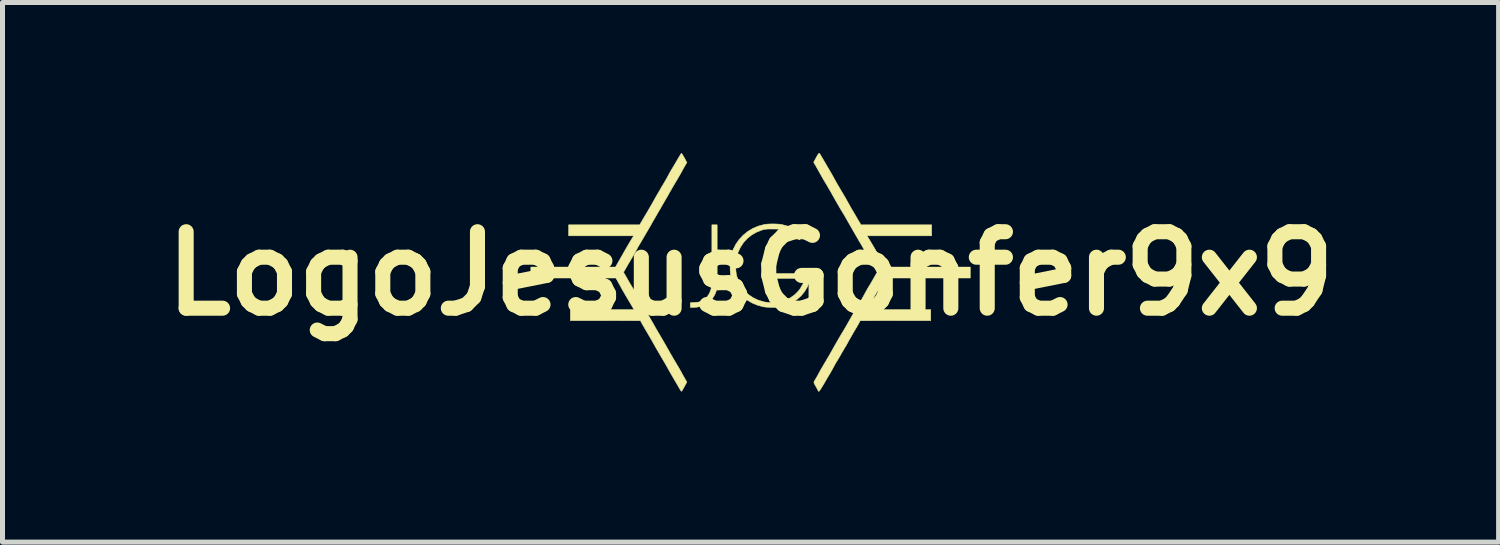
<source format=kicad_pcb>
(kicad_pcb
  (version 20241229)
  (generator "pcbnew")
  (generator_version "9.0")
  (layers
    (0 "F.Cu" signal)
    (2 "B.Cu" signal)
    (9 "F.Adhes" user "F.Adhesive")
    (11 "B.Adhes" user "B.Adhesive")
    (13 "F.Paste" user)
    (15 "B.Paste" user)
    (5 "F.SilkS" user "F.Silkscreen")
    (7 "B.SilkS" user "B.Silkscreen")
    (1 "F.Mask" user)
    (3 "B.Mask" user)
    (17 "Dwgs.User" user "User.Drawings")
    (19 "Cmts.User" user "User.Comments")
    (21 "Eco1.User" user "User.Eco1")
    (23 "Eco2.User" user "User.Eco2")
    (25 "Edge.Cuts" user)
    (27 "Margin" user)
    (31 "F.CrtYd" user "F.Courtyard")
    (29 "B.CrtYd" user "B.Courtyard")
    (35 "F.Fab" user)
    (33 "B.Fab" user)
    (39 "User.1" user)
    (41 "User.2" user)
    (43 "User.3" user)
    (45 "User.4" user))
  (footprint "LogoJesusGonfer9x9"
    (layer "F.Cu")
    (at 11.909 2.403)
    (property "Reference" "LogoJesusGonfer9x9" (at 0 0 0) (layer "F.SilkS") (effects (font (size 1.524 1.524) (thickness 0.3))))
    (attr through_hole)
    (fp_poly (pts (xy -0.666 -0.357) (xy -0.666 -0.231) (xy -0.666 -0.122) (xy -0.666 -0.027) (xy -0.667 0.054) (xy -0.668 0.123) (xy -0.669 0.181) (xy -0.671 0.23) (xy -0.674 0.27) (xy -0.678 0.303) (xy -0.682 0.331) (xy -0.687 0.355) (xy -0.694 0.375) (xy -0.702 0.394) (xy -0.71 0.413) (xy -0.721 0.433) (xy -0.724 0.44) (xy -0.771 0.513) (xy -0.829 0.572) (xy -0.898 0.618) (xy -0.977 0.65) (xy -1.068 0.669) (xy -1.154 0.674) (xy -1.2 0.674) (xy -1.2 0.581) (xy -1.11 0.575) (xy -1.064 0.571) (xy -1.03 0.566) (xy -1.001 0.558) (xy -0.972 0.546) (xy -0.966 0.543) (xy -0.908 0.505) (xy -0.858 0.453) (xy -0.818 0.391) (xy -0.791 0.319) (xy -0.78 0.272) (xy -0.778 0.251) (xy -0.776 0.213) (xy -0.775 0.16) (xy -0.774 0.092) (xy -0.773 0.01) (xy -0.772 -0.085) (xy -0.771 -0.192) (xy -0.771 -0.31) (xy -0.771 -0.379) (xy -0.771 -0.972) (xy -0.666 -0.972) (xy -0.666 -0.357)) (stroke (width 0.01) (type solid)) (fill yes) (layer "F.SilkS"))
    (fp_poly (pts (xy 0.502 -0.989) (xy 0.557 -0.986) (xy 0.601 -0.982) (xy 0.607 -0.981) (xy 0.719 -0.953) (xy 0.822 -0.911) (xy 0.916 -0.854) (xy 0.996 -0.788) (xy 1.043 -0.742) (xy 1.01 -0.708) (xy 0.99 -0.689) (xy 0.975 -0.677) (xy 0.97 -0.674) (xy 0.96 -0.68) (xy 0.941 -0.695) (xy 0.916 -0.716) (xy 0.907 -0.725) (xy 0.822 -0.791) (xy 0.73 -0.842) (xy 0.67 -0.865) (xy 0.643 -0.873) (xy 0.619 -0.88) (xy 0.595 -0.884) (xy 0.566 -0.886) (xy 0.53 -0.888) (xy 0.482 -0.888) (xy 0.447 -0.889) (xy 0.389 -0.889) (xy 0.345 -0.888) (xy 0.311 -0.886) (xy 0.284 -0.883) (xy 0.26 -0.878) (xy 0.235 -0.871) (xy 0.228 -0.868) (xy 0.119 -0.826) (xy 0.021 -0.769) (xy -0.066 -0.7) (xy -0.14 -0.619) (xy -0.201 -0.527) (xy -0.249 -0.425) (xy -0.282 -0.312) (xy -0.285 -0.297) (xy -0.293 -0.243) (xy -0.296 -0.179) (xy -0.295 -0.11) (xy -0.291 -0.043) (xy -0.283 0.016) (xy -0.276 0.048) (xy -0.237 0.157) (xy -0.185 0.255) (xy -0.121 0.341) (xy -0.044 0.416) (xy 0.045 0.477) (xy 0.144 0.526) (xy 0.254 0.56) (xy 0.276 0.565) (xy 0.336 0.574) (xy 0.404 0.578) (xy 0.476 0.577) (xy 0.543 0.572) (xy 0.601 0.562) (xy 0.608 0.561) (xy 0.709 0.526) (xy 0.803 0.477) (xy 0.887 0.415) (xy 0.957 0.344) (xy 0.983 0.309) (xy 1.01 0.267) (xy 1.035 0.221) (xy 1.056 0.177) (xy 1.07 0.14) (xy 1.074 0.125) (xy 1.079 0.096) (xy 0.508 0.096) (xy 0.508 0) (xy 1.202 0) (xy 1.197 0.056) (xy 1.19 0.097) (xy 1.18 0.141) (xy 1.173 0.167) (xy 1.13 0.269) (xy 1.073 0.363) (xy 1.003 0.447) (xy 0.92 0.519) (xy 0.828 0.58) (xy 0.725 0.627) (xy 0.641 0.653) (xy 0.602 0.662) (xy 0.567 0.669) (xy 0.53 0.672) (xy 0.485 0.674) (xy 0.435 0.674) (xy 0.384 0.672) (xy 0.334 0.67) (xy 0.29 0.666) (xy 0.257 0.662) (xy 0.254 0.661) (xy 0.135 0.629) (xy 0.026 0.583) (xy -0.074 0.523) (xy -0.163 0.45) (xy -0.24 0.365) (xy -0.304 0.269) (xy -0.355 0.164) (xy -0.386 0.07) (xy -0.394 0.038) (xy -0.4 0.007) (xy -0.404 -0.026) (xy -0.406 -0.067) (xy -0.407 -0.119) (xy -0.407 -0.149) (xy -0.407 -0.207) (xy -0.405 -0.251) (xy -0.403 -0.286) (xy -0.399 -0.317) (xy -0.393 -0.346) (xy -0.387 -0.366) (xy -0.347 -0.48) (xy -0.293 -0.586) (xy -0.225 -0.682) (xy -0.145 -0.767) (xy -0.054 -0.841) (xy 0.047 -0.901) (xy 0.156 -0.947) (xy 0.272 -0.978) (xy 0.287 -0.981) (xy 0.328 -0.986) (xy 0.382 -0.989) (xy 0.442 -0.99) (xy 0.502 -0.989)) (stroke (width 0.01) (type solid)) (fill yes) (layer "F.SilkS"))
    (fp_poly (pts (xy -1.371 -2.391) (xy -1.358 -2.372) (xy -1.34 -2.343) (xy -1.32 -2.308) (xy -1.32 -2.307) (xy -1.269 -2.215) (xy -1.306 -2.152) (xy -1.329 -2.112) (xy -1.354 -2.067) (xy -1.375 -2.028) (xy -1.39 -2.001) (xy -1.412 -1.962) (xy -1.439 -1.916) (xy -1.469 -1.865) (xy -1.499 -1.814) (xy -1.5 -1.813) (xy -1.531 -1.761) (xy -1.561 -1.709) (xy -1.589 -1.66) (xy -1.613 -1.619) (xy -1.629 -1.59) (xy -1.646 -1.559) (xy -1.67 -1.517) (xy -1.698 -1.469) (xy -1.728 -1.417) (xy -1.755 -1.371) (xy -1.788 -1.313) (xy -1.825 -1.251) (xy -1.861 -1.188) (xy -1.894 -1.131) (xy -1.912 -1.099) (xy -1.943 -1.046) (xy -1.978 -0.984) (xy -2.015 -0.92) (xy -2.049 -0.861) (xy -2.059 -0.845) (xy -2.086 -0.798) (xy -2.113 -0.752) (xy -2.137 -0.711) (xy -2.155 -0.68) (xy -2.163 -0.666) (xy -2.184 -0.63) (xy -2.206 -0.593) (xy -2.218 -0.574) (xy -2.234 -0.547) (xy -2.254 -0.51) (xy -2.276 -0.469) (xy -2.289 -0.447) (xy -2.31 -0.407) (xy -2.333 -0.367) (xy -2.352 -0.334) (xy -2.361 -0.32) (xy -2.375 -0.297) (xy -2.395 -0.262) (xy -2.42 -0.22) (xy -2.447 -0.175) (xy -2.46 -0.151) (xy -2.532 -0.027) (xy -2.46 0.098) (xy -2.434 0.144) (xy -2.408 0.189) (xy -2.385 0.227) (xy -2.367 0.257) (xy -2.361 0.267) (xy -2.344 0.294) (xy -2.323 0.331) (xy -2.301 0.372) (xy -2.289 0.394) (xy -2.267 0.434) (xy -2.245 0.474) (xy -2.226 0.507) (xy -2.218 0.521) (xy -2.197 0.555) (xy -2.175 0.592) (xy -2.163 0.613) (xy -2.149 0.637) (xy -2.128 0.673) (xy -2.103 0.716) (xy -2.076 0.762) (xy -2.059 0.793) (xy -2.026 0.848) (xy -1.991 0.91) (xy -1.955 0.971) (xy -1.924 1.027) (xy -1.915 1.042) (xy -1.885 1.095) (xy -1.85 1.155) (xy -1.813 1.218) (xy -1.78 1.275) (xy -1.772 1.288) (xy -1.742 1.34) (xy -1.709 1.396) (xy -1.678 1.45) (xy -1.652 1.497) (xy -1.644 1.511) (xy -1.622 1.55) (xy -1.594 1.6) (xy -1.561 1.656) (xy -1.528 1.713) (xy -1.5 1.76) (xy -1.469 1.812) (xy -1.439 1.862) (xy -1.412 1.909) (xy -1.39 1.947) (xy -1.375 1.975) (xy -1.375 1.975) (xy -1.354 2.015) (xy -1.328 2.06) (xy -1.306 2.099) (xy -1.27 2.161) (xy -1.32 2.254) (xy -1.34 2.29) (xy -1.358 2.319) (xy -1.37 2.339) (xy -1.377 2.347) (xy -1.377 2.347) (xy -1.384 2.34) (xy -1.397 2.322) (xy -1.407 2.306) (xy -1.418 2.286) (xy -1.437 2.254) (xy -1.461 2.212) (xy -1.489 2.164) (xy -1.519 2.113) (xy -1.528 2.098) (xy -1.558 2.046) (xy -1.587 1.996) (xy -1.613 1.951) (xy -1.634 1.914) (xy -1.648 1.888) (xy -1.651 1.883) (xy -1.67 1.849) (xy -1.69 1.813) (xy -1.7 1.796) (xy -1.723 1.757) (xy -1.751 1.709) (xy -1.784 1.654) (xy -1.818 1.595) (xy -1.852 1.536) (xy -1.885 1.48) (xy -1.913 1.43) (xy -1.936 1.39) (xy -1.946 1.371) (xy -1.965 1.337) (xy -1.991 1.292) (xy -2.021 1.241) (xy -2.052 1.188) (xy -2.076 1.147) (xy -2.104 1.1) (xy -2.13 1.055) (xy -2.152 1.017) (xy -2.169 0.987) (xy -2.178 0.97) (xy -2.194 0.938) (xy -2.893 0.937) (xy -3.591 0.937) (xy -3.591 0.718) (xy -2.321 0.718) (xy -2.362 0.65) (xy -2.395 0.594) (xy -2.431 0.534) (xy -2.467 0.473) (xy -2.502 0.413) (xy -2.533 0.359) (xy -2.559 0.314) (xy -2.579 0.279) (xy -2.582 0.273) (xy -2.603 0.234) (xy -2.628 0.19) (xy -2.649 0.151) (xy -2.685 0.088) (xy -3.532 0.088) (xy -4.379 0.088) (xy -4.379 -0.131) (xy -2.691 -0.131) (xy -2.618 -0.261) (xy -2.551 -0.378) (xy -2.492 -0.482) (xy -2.441 -0.57) (xy -2.397 -0.644) (xy -2.377 -0.677) (xy -2.33 -0.753) (xy -3.626 -0.753) (xy -3.626 -0.972) (xy -2.208 -0.972) (xy -2.18 -1.023) (xy -2.165 -1.048) (xy -2.144 -1.084) (xy -2.119 -1.127) (xy -2.091 -1.174) (xy -2.075 -1.2) (xy -2.045 -1.251) (xy -2.014 -1.305) (xy -1.984 -1.356) (xy -1.959 -1.4) (xy -1.951 -1.415) (xy -1.931 -1.45) (xy -1.905 -1.497) (xy -1.873 -1.553) (xy -1.838 -1.613) (xy -1.802 -1.674) (xy -1.768 -1.734) (xy -1.736 -1.787) (xy -1.71 -1.831) (xy -1.7 -1.848) (xy -1.686 -1.873) (xy -1.666 -1.907) (xy -1.645 -1.947) (xy -1.63 -1.975) (xy -1.609 -2.013) (xy -1.59 -2.047) (xy -1.575 -2.074) (xy -1.567 -2.086) (xy -1.557 -2.101) (xy -1.541 -2.128) (xy -1.519 -2.165) (xy -1.494 -2.208) (xy -1.468 -2.252) (xy -1.442 -2.297) (xy -1.418 -2.336) (xy -1.399 -2.368) (xy -1.385 -2.389) (xy -1.378 -2.397) (xy -1.378 -2.397) (xy -1.371 -2.391)) (stroke (width 0.01) (type solid)) (fill yes) (layer "F.SilkS"))
    (fp_poly (pts (xy 1.373 -2.396) (xy 1.374 -2.395) (xy 1.381 -2.385) (xy 1.395 -2.363) (xy 1.414 -2.33) (xy 1.438 -2.29) (xy 1.461 -2.251) (xy 1.49 -2.201) (xy 1.52 -2.149) (xy 1.548 -2.102) (xy 1.571 -2.062) (xy 1.582 -2.043) (xy 1.607 -2.001) (xy 1.635 -1.952) (xy 1.661 -1.905) (xy 1.667 -1.894) (xy 1.687 -1.858) (xy 1.708 -1.82) (xy 1.733 -1.776) (xy 1.763 -1.725) (xy 1.798 -1.665) (xy 1.841 -1.593) (xy 1.861 -1.559) (xy 1.887 -1.515) (xy 1.914 -1.468) (xy 1.938 -1.425) (xy 1.952 -1.4) (xy 1.969 -1.368) (xy 1.993 -1.326) (xy 2.02 -1.278) (xy 2.05 -1.229) (xy 2.065 -1.203) (xy 2.093 -1.155) (xy 2.12 -1.109) (xy 2.144 -1.068) (xy 2.163 -1.036) (xy 2.171 -1.023) (xy 2.2 -0.972) (xy 3.609 -0.972) (xy 3.609 -0.753) (xy 2.321 -0.753) (xy 2.363 -0.685) (xy 2.387 -0.646) (xy 2.417 -0.596) (xy 2.452 -0.536) (xy 2.49 -0.471) (xy 2.529 -0.404) (xy 2.567 -0.337) (xy 2.602 -0.275) (xy 2.627 -0.23) (xy 2.682 -0.131) (xy 4.379 -0.131) (xy 4.379 0.088) (xy 3.528 0.088) (xy 2.676 0.088) (xy 2.619 0.191) (xy 2.591 0.241) (xy 2.556 0.302) (xy 2.516 0.372) (xy 2.473 0.447) (xy 2.428 0.524) (xy 2.384 0.599) (xy 2.353 0.65) (xy 2.313 0.718) (xy 3.591 0.718) (xy 3.591 0.937) (xy 2.888 0.937) (xy 2.185 0.938) (xy 2.169 0.97) (xy 2.159 0.988) (xy 2.142 1.018) (xy 2.12 1.057) (xy 2.094 1.101) (xy 2.07 1.142) (xy 2.04 1.193) (xy 2.01 1.245) (xy 1.982 1.294) (xy 1.959 1.335) (xy 1.947 1.356) (xy 1.928 1.392) (xy 1.91 1.424) (xy 1.897 1.447) (xy 1.892 1.454) (xy 1.883 1.469) (xy 1.867 1.495) (xy 1.846 1.532) (xy 1.821 1.574) (xy 1.8 1.612) (xy 1.774 1.656) (xy 1.751 1.696) (xy 1.731 1.729) (xy 1.718 1.751) (xy 1.712 1.76) (xy 1.703 1.773) (xy 1.689 1.798) (xy 1.671 1.831) (xy 1.655 1.861) (xy 1.632 1.904) (xy 1.607 1.948) (xy 1.585 1.987) (xy 1.574 2.006) (xy 1.558 2.032) (xy 1.535 2.07) (xy 1.508 2.116) (xy 1.48 2.165) (xy 1.458 2.203) (xy 1.431 2.247) (xy 1.407 2.286) (xy 1.386 2.318) (xy 1.371 2.338) (xy 1.363 2.346) (xy 1.351 2.344) (xy 1.349 2.34) (xy 1.345 2.329) (xy 1.334 2.307) (xy 1.317 2.277) (xy 1.305 2.255) (xy 1.286 2.222) (xy 1.272 2.194) (xy 1.263 2.175) (xy 1.261 2.169) (xy 1.266 2.158) (xy 1.277 2.135) (xy 1.294 2.105) (xy 1.306 2.085) (xy 1.328 2.046) (xy 1.351 2.006) (xy 1.369 1.972) (xy 1.374 1.962) (xy 1.387 1.939) (xy 1.406 1.905) (xy 1.431 1.862) (xy 1.459 1.814) (xy 1.489 1.764) (xy 1.491 1.76) (xy 1.521 1.709) (xy 1.551 1.659) (xy 1.578 1.612) (xy 1.6 1.573) (xy 1.616 1.546) (xy 1.616 1.546) (xy 1.637 1.508) (xy 1.663 1.461) (xy 1.693 1.409) (xy 1.724 1.355) (xy 1.755 1.301) (xy 1.785 1.25) (xy 1.811 1.206) (xy 1.831 1.172) (xy 1.844 1.152) (xy 1.857 1.13) (xy 1.877 1.096) (xy 1.902 1.053) (xy 1.929 1.006) (xy 1.95 0.968) (xy 1.985 0.907) (xy 2.023 0.84) (xy 2.063 0.77) (xy 2.103 0.7) (xy 2.141 0.635) (xy 2.176 0.577) (xy 2.204 0.53) (xy 2.209 0.521) (xy 2.225 0.494) (xy 2.246 0.457) (xy 2.268 0.417) (xy 2.28 0.394) (xy 2.302 0.354) (xy 2.324 0.314) (xy 2.343 0.281) (xy 2.352 0.267) (xy 2.366 0.244) (xy 2.387 0.21) (xy 2.411 0.168) (xy 2.438 0.122) (xy 2.451 0.099) (xy 2.523 -0.026) (xy 2.451 -0.151) (xy 2.425 -0.197) (xy 2.399 -0.241) (xy 2.376 -0.28) (xy 2.358 -0.309) (xy 2.352 -0.32) (xy 2.336 -0.347) (xy 2.315 -0.383) (xy 2.292 -0.424) (xy 2.28 -0.447) (xy 2.258 -0.487) (xy 2.236 -0.526) (xy 2.217 -0.56) (xy 2.209 -0.574) (xy 2.183 -0.617) (xy 2.15 -0.673) (xy 2.113 -0.737) (xy 2.073 -0.805) (xy 2.033 -0.876) (xy 1.994 -0.944) (xy 1.958 -1.007) (xy 1.95 -1.02) (xy 1.923 -1.069) (xy 1.896 -1.115) (xy 1.873 -1.156) (xy 1.854 -1.188) (xy 1.844 -1.204) (xy 1.829 -1.228) (xy 1.808 -1.263) (xy 1.781 -1.308) (xy 1.752 -1.359) (xy 1.72 -1.414) (xy 1.689 -1.468) (xy 1.66 -1.52) (xy 1.634 -1.565) (xy 1.616 -1.598) (xy 1.601 -1.626) (xy 1.578 -1.664) (xy 1.551 -1.711) (xy 1.522 -1.761) (xy 1.492 -1.811) (xy 1.461 -1.862) (xy 1.432 -1.913) (xy 1.405 -1.96) (xy 1.383 -1.999) (xy 1.368 -2.026) (xy 1.346 -2.066) (xy 1.32 -2.112) (xy 1.297 -2.153) (xy 1.296 -2.154) (xy 1.258 -2.219) (xy 1.297 -2.292) (xy 1.322 -2.338) (xy 1.341 -2.37) (xy 1.355 -2.389) (xy 1.365 -2.398) (xy 1.373 -2.396)) (stroke (width 0.01) (type solid)) (fill yes) (layer "F.SilkS")))
  (gr_rect
    (start -3 -3)
    (end 26.818 7.755)
    (stroke (width 0.1) (type default))
    (fill no)
    (layer "Edge.Cuts")))
</source>
